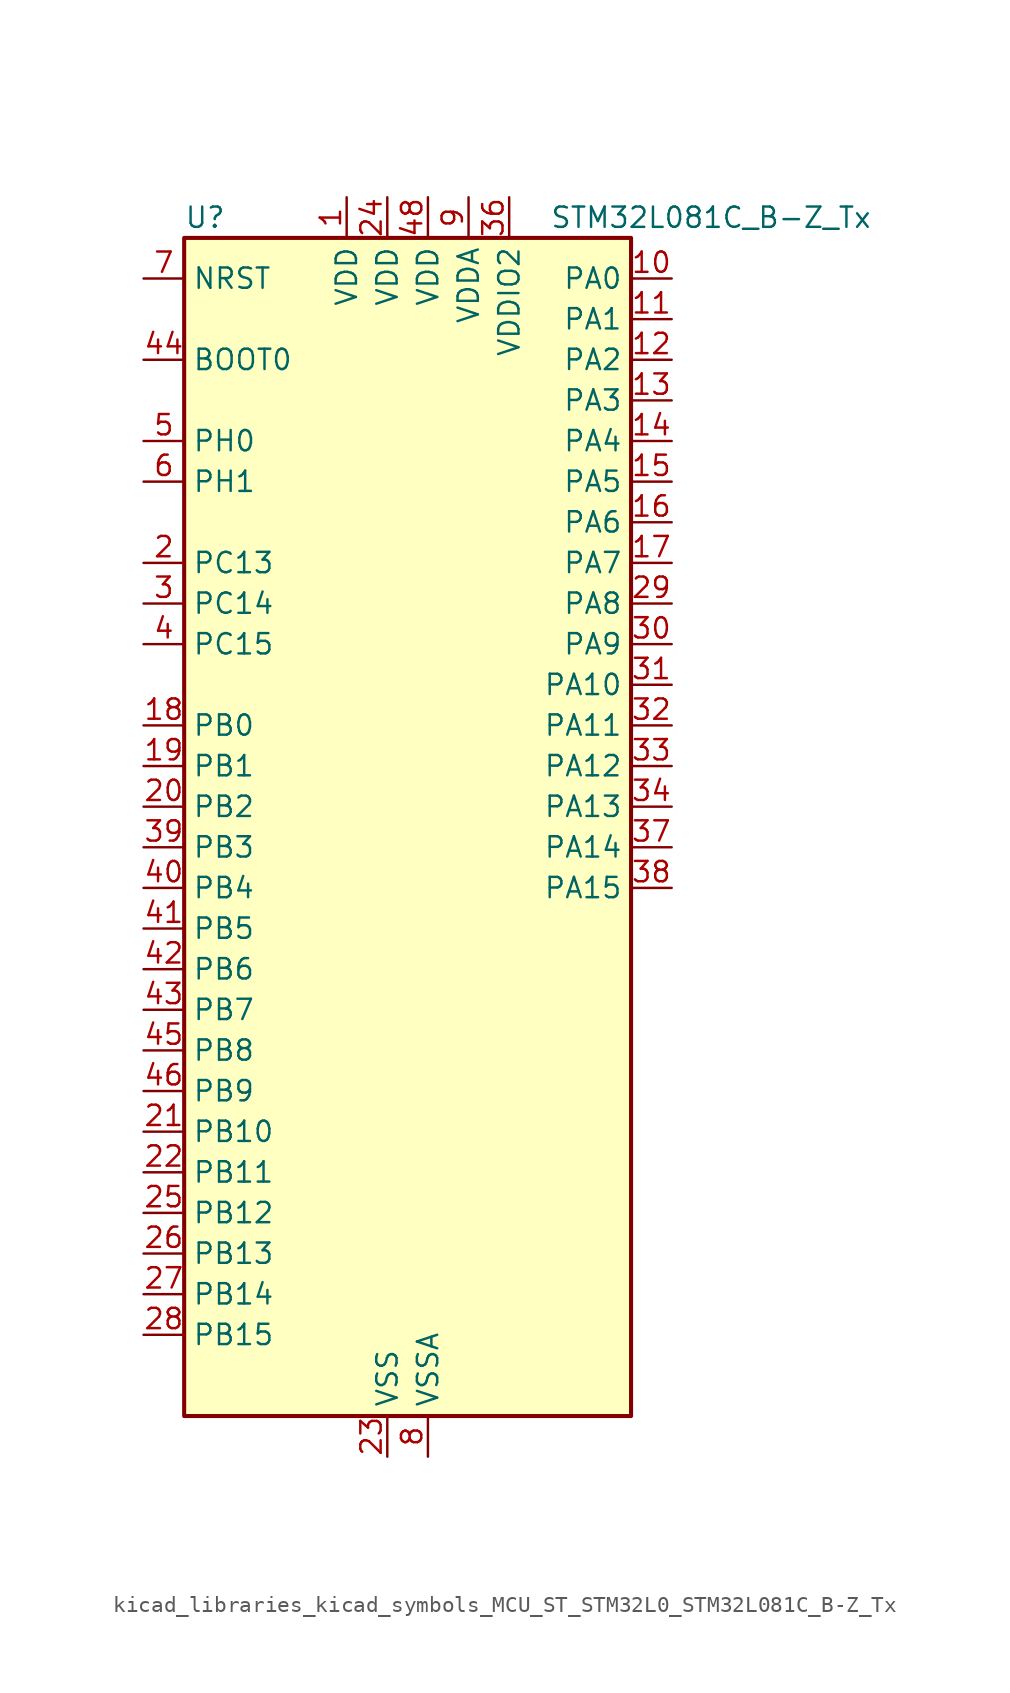
<source format=kicad_sym>
(kicad_symbol_lib
  (version 20220914)
  (generator kicad_symbol_editor)
  (symbol "kicad_libraries_kicad_symbols_MCU_ST_STM32L0_STM32L081C_B-Z_Tx"
    (property "Reference" "U"
      (at -12.7 39.37 0)
      (effects (font (size 1.27 1.27)) (justify left)))
    (property "Value" "STM32L081C_B-Z_Tx"
      (at 10.16 39.37 0)
      (effects (font (size 1.27 1.27)) (justify left)))
    (property "ki_locked" ""
      (at 0 0 0)
      (effects (font (size 1.27 1.27))))
    (symbol "kicad_libraries_kicad_symbols_MCU_ST_STM32L0_STM32L081C_B-Z_Tx_0_1"
      (rectangle (start -12.7 -35.56) (end 15.24 38.1) (stroke (width 0.254) (type default)) (fill (type background))))
    (symbol "kicad_libraries_kicad_symbols_MCU_ST_STM32L0_STM32L081C_B-Z_Tx_1_1"
      (pin power_in line (at -2.54 40.64 270) (length 2.54) (name "VDD" (effects (font (size 1.27 1.27)))) (number "1" (effects (font (size 1.27 1.27)))))
      (pin bidirectional line (at 17.78 35.56 180) (length 2.54) (name "PA0" (effects (font (size 1.27 1.27)))) (number "10" (effects (font (size 1.27 1.27)))) (alternate "ADC_IN0" bidirectional line) (alternate "COMP1_INM" bidirectional line) (alternate "COMP1_OUT" bidirectional line) (alternate "RTC_TAMP2" bidirectional line) (alternate "SYS_WKUP1" bidirectional line) (alternate "TIM2_CH1" bidirectional line) (alternate "TIM2_ETR" bidirectional line) (alternate "USART2_CTS" bidirectional line) (alternate "USART4_TX" bidirectional line))
      (pin bidirectional line (at 17.78 33.02 180) (length 2.54) (name "PA1" (effects (font (size 1.27 1.27)))) (number "11" (effects (font (size 1.27 1.27)))) (alternate "ADC_IN1" bidirectional line) (alternate "COMP1_INP" bidirectional line) (alternate "TIM21_ETR" bidirectional line) (alternate "TIM2_CH2" bidirectional line) (alternate "USART2_DE" bidirectional line) (alternate "USART2_RTS" bidirectional line) (alternate "USART4_RX" bidirectional line))
      (pin bidirectional line (at 17.78 30.48 180) (length 2.54) (name "PA2" (effects (font (size 1.27 1.27)))) (number "12" (effects (font (size 1.27 1.27)))) (alternate "ADC_IN2" bidirectional line) (alternate "COMP2_INM" bidirectional line) (alternate "COMP2_OUT" bidirectional line) (alternate "LPUART1_TX" bidirectional line) (alternate "TIM21_CH1" bidirectional line) (alternate "TIM2_CH3" bidirectional line) (alternate "USART2_TX" bidirectional line))
      (pin bidirectional line (at 17.78 27.94 180) (length 2.54) (name "PA3" (effects (font (size 1.27 1.27)))) (number "13" (effects (font (size 1.27 1.27)))) (alternate "ADC_IN3" bidirectional line) (alternate "COMP2_INP" bidirectional line) (alternate "LPUART1_RX" bidirectional line) (alternate "TIM21_CH2" bidirectional line) (alternate "TIM2_CH4" bidirectional line) (alternate "USART2_RX" bidirectional line))
      (pin bidirectional line (at 17.78 25.4 180) (length 2.54) (name "PA4" (effects (font (size 1.27 1.27)))) (number "14" (effects (font (size 1.27 1.27)))) (alternate "ADC_IN4" bidirectional line) (alternate "COMP1_INM" bidirectional line) (alternate "COMP2_INM" bidirectional line) (alternate "SPI1_NSS" bidirectional line) (alternate "TIM22_ETR" bidirectional line) (alternate "USART2_CK" bidirectional line))
      (pin bidirectional line (at 17.78 22.86 180) (length 2.54) (name "PA5" (effects (font (size 1.27 1.27)))) (number "15" (effects (font (size 1.27 1.27)))) (alternate "ADC_IN5" bidirectional line) (alternate "COMP1_INM" bidirectional line) (alternate "COMP2_INM" bidirectional line) (alternate "SPI1_SCK" bidirectional line) (alternate "TIM2_CH1" bidirectional line) (alternate "TIM2_ETR" bidirectional line))
      (pin bidirectional line (at 17.78 20.32 180) (length 2.54) (name "PA6" (effects (font (size 1.27 1.27)))) (number "16" (effects (font (size 1.27 1.27)))) (alternate "ADC_IN6" bidirectional line) (alternate "COMP1_OUT" bidirectional line) (alternate "LPUART1_CTS" bidirectional line) (alternate "SPI1_MISO" bidirectional line) (alternate "TIM22_CH1" bidirectional line) (alternate "TIM3_CH1" bidirectional line))
      (pin bidirectional line (at 17.78 17.78 180) (length 2.54) (name "PA7" (effects (font (size 1.27 1.27)))) (number "17" (effects (font (size 1.27 1.27)))) (alternate "ADC_IN7" bidirectional line) (alternate "COMP2_OUT" bidirectional line) (alternate "SPI1_MOSI" bidirectional line) (alternate "TIM22_CH2" bidirectional line) (alternate "TIM3_CH2" bidirectional line))
      (pin bidirectional line (at -15.24 7.62 0) (length 2.54) (name "PB0" (effects (font (size 1.27 1.27)))) (number "18" (effects (font (size 1.27 1.27)))) (alternate "ADC_IN8" bidirectional line) (alternate "SYS_VREF_OUT_PB0" bidirectional line) (alternate "TIM3_CH3" bidirectional line))
      (pin bidirectional line (at -15.24 5.08 0) (length 2.54) (name "PB1" (effects (font (size 1.27 1.27)))) (number "19" (effects (font (size 1.27 1.27)))) (alternate "ADC_IN9" bidirectional line) (alternate "LPUART1_DE" bidirectional line) (alternate "LPUART1_RTS" bidirectional line) (alternate "SYS_VREF_OUT_PB1" bidirectional line) (alternate "TIM3_CH4" bidirectional line))
      (pin bidirectional line (at -15.24 17.78 0) (length 2.54) (name "PC13" (effects (font (size 1.27 1.27)))) (number "2" (effects (font (size 1.27 1.27)))) (alternate "RTC_OUT_ALARM" bidirectional line) (alternate "RTC_OUT_CALIB" bidirectional line) (alternate "RTC_TAMP1" bidirectional line) (alternate "RTC_TS" bidirectional line) (alternate "SYS_WKUP2" bidirectional line))
      (pin bidirectional line (at -15.24 2.54 0) (length 2.54) (name "PB2" (effects (font (size 1.27 1.27)))) (number "20" (effects (font (size 1.27 1.27)))) (alternate "I2C3_SMBA" bidirectional line) (alternate "LPTIM1_OUT" bidirectional line))
      (pin bidirectional line (at -15.24 -17.78 0) (length 2.54) (name "PB10" (effects (font (size 1.27 1.27)))) (number "21" (effects (font (size 1.27 1.27)))) (alternate "I2C2_SCL" bidirectional line) (alternate "LPUART1_RX" bidirectional line) (alternate "LPUART1_TX" bidirectional line) (alternate "SPI2_SCK" bidirectional line) (alternate "TIM2_CH3" bidirectional line))
      (pin bidirectional line (at -15.24 -20.32 0) (length 2.54) (name "PB11" (effects (font (size 1.27 1.27)))) (number "22" (effects (font (size 1.27 1.27)))) (alternate "ADC_EXTI11" bidirectional line) (alternate "I2C2_SDA" bidirectional line) (alternate "LPUART1_RX" bidirectional line) (alternate "LPUART1_TX" bidirectional line) (alternate "TIM2_CH4" bidirectional line))
      (pin power_in line (at 0 -38.1 90) (length 2.54) (name "VSS" (effects (font (size 1.27 1.27)))) (number "23" (effects (font (size 1.27 1.27)))))
      (pin power_in line (at 0 40.64 270) (length 2.54) (name "VDD" (effects (font (size 1.27 1.27)))) (number "24" (effects (font (size 1.27 1.27)))))
      (pin bidirectional line (at -15.24 -22.86 0) (length 2.54) (name "PB12" (effects (font (size 1.27 1.27)))) (number "25" (effects (font (size 1.27 1.27)))) (alternate "I2S2_WS" bidirectional line) (alternate "LPUART1_DE" bidirectional line) (alternate "LPUART1_RTS" bidirectional line) (alternate "SPI2_NSS" bidirectional line))
      (pin bidirectional line (at -15.24 -25.4 0) (length 2.54) (name "PB13" (effects (font (size 1.27 1.27)))) (number "26" (effects (font (size 1.27 1.27)))) (alternate "I2C2_SCL" bidirectional line) (alternate "I2S2_CK" bidirectional line) (alternate "LPUART1_CTS" bidirectional line) (alternate "RCC_MCO" bidirectional line) (alternate "SPI2_SCK" bidirectional line) (alternate "TIM21_CH1" bidirectional line))
      (pin bidirectional line (at -15.24 -27.94 0) (length 2.54) (name "PB14" (effects (font (size 1.27 1.27)))) (number "27" (effects (font (size 1.27 1.27)))) (alternate "I2C2_SDA" bidirectional line) (alternate "I2S2_MCK" bidirectional line) (alternate "LPUART1_DE" bidirectional line) (alternate "LPUART1_RTS" bidirectional line) (alternate "RTC_OUT_ALARM" bidirectional line) (alternate "RTC_OUT_CALIB" bidirectional line) (alternate "SPI2_MISO" bidirectional line) (alternate "TIM21_CH2" bidirectional line))
      (pin bidirectional line (at -15.24 -30.48 0) (length 2.54) (name "PB15" (effects (font (size 1.27 1.27)))) (number "28" (effects (font (size 1.27 1.27)))) (alternate "I2S2_SD" bidirectional line) (alternate "RTC_REFIN" bidirectional line) (alternate "SPI2_MOSI" bidirectional line))
      (pin bidirectional line (at 17.78 15.24 180) (length 2.54) (name "PA8" (effects (font (size 1.27 1.27)))) (number "29" (effects (font (size 1.27 1.27)))) (alternate "I2C3_SCL" bidirectional line) (alternate "RCC_MCO" bidirectional line) (alternate "USART1_CK" bidirectional line))
      (pin bidirectional line (at -15.24 15.24 0) (length 2.54) (name "PC14" (effects (font (size 1.27 1.27)))) (number "3" (effects (font (size 1.27 1.27)))) (alternate "RCC_OSC32_IN" bidirectional line))
      (pin bidirectional line (at 17.78 12.7 180) (length 2.54) (name "PA9" (effects (font (size 1.27 1.27)))) (number "30" (effects (font (size 1.27 1.27)))) (alternate "I2C1_SCL" bidirectional line) (alternate "I2C3_SMBA" bidirectional line) (alternate "RCC_MCO" bidirectional line) (alternate "USART1_TX" bidirectional line))
      (pin bidirectional line (at 17.78 10.16 180) (length 2.54) (name "PA10" (effects (font (size 1.27 1.27)))) (number "31" (effects (font (size 1.27 1.27)))) (alternate "I2C1_SDA" bidirectional line) (alternate "USART1_RX" bidirectional line))
      (pin bidirectional line (at 17.78 7.62 180) (length 2.54) (name "PA11" (effects (font (size 1.27 1.27)))) (number "32" (effects (font (size 1.27 1.27)))) (alternate "ADC_EXTI11" bidirectional line) (alternate "COMP1_OUT" bidirectional line) (alternate "SPI1_MISO" bidirectional line) (alternate "USART1_CTS" bidirectional line))
      (pin bidirectional line (at 17.78 5.08 180) (length 2.54) (name "PA12" (effects (font (size 1.27 1.27)))) (number "33" (effects (font (size 1.27 1.27)))) (alternate "COMP2_OUT" bidirectional line) (alternate "SPI1_MOSI" bidirectional line) (alternate "USART1_DE" bidirectional line) (alternate "USART1_RTS" bidirectional line))
      (pin bidirectional line (at 17.78 2.54 180) (length 2.54) (name "PA13" (effects (font (size 1.27 1.27)))) (number "34" (effects (font (size 1.27 1.27)))) (alternate "LPUART1_RX" bidirectional line) (alternate "SYS_SWDIO" bidirectional line))
      (pin passive line (at 0 -38.1 90) (length 2.54) hide (name "VSS" (effects (font (size 1.27 1.27)))) (number "35" (effects (font (size 1.27 1.27)))))
      (pin power_in line (at 7.62 40.64 270) (length 2.54) (name "VDDIO2" (effects (font (size 1.27 1.27)))) (number "36" (effects (font (size 1.27 1.27)))))
      (pin bidirectional line (at 17.78 0 180) (length 2.54) (name "PA14" (effects (font (size 1.27 1.27)))) (number "37" (effects (font (size 1.27 1.27)))) (alternate "LPUART1_TX" bidirectional line) (alternate "SYS_SWCLK" bidirectional line) (alternate "USART2_TX" bidirectional line))
      (pin bidirectional line (at 17.78 -2.54 180) (length 2.54) (name "PA15" (effects (font (size 1.27 1.27)))) (number "38" (effects (font (size 1.27 1.27)))) (alternate "SPI1_NSS" bidirectional line) (alternate "TIM2_CH1" bidirectional line) (alternate "TIM2_ETR" bidirectional line) (alternate "USART2_RX" bidirectional line) (alternate "USART4_DE" bidirectional line) (alternate "USART4_RTS" bidirectional line))
      (pin bidirectional line (at -15.24 0 0) (length 2.54) (name "PB3" (effects (font (size 1.27 1.27)))) (number "39" (effects (font (size 1.27 1.27)))) (alternate "COMP2_INM" bidirectional line) (alternate "SPI1_SCK" bidirectional line) (alternate "TIM2_CH2" bidirectional line) (alternate "USART1_DE" bidirectional line) (alternate "USART1_RTS" bidirectional line) (alternate "USART5_TX" bidirectional line))
      (pin bidirectional line (at -15.24 12.7 0) (length 2.54) (name "PC15" (effects (font (size 1.27 1.27)))) (number "4" (effects (font (size 1.27 1.27)))) (alternate "RCC_OSC32_OUT" bidirectional line))
      (pin bidirectional line (at -15.24 -2.54 0) (length 2.54) (name "PB4" (effects (font (size 1.27 1.27)))) (number "40" (effects (font (size 1.27 1.27)))) (alternate "COMP2_INP" bidirectional line) (alternate "I2C3_SDA" bidirectional line) (alternate "SPI1_MISO" bidirectional line) (alternate "TIM22_CH1" bidirectional line) (alternate "TIM3_CH1" bidirectional line) (alternate "USART1_CTS" bidirectional line) (alternate "USART5_RX" bidirectional line))
      (pin bidirectional line (at -15.24 -5.08 0) (length 2.54) (name "PB5" (effects (font (size 1.27 1.27)))) (number "41" (effects (font (size 1.27 1.27)))) (alternate "COMP2_INP" bidirectional line) (alternate "I2C1_SMBA" bidirectional line) (alternate "LPTIM1_IN1" bidirectional line) (alternate "SPI1_MOSI" bidirectional line) (alternate "TIM22_CH2" bidirectional line) (alternate "TIM3_CH2" bidirectional line) (alternate "USART1_CK" bidirectional line) (alternate "USART5_CK" bidirectional line) (alternate "USART5_DE" bidirectional line) (alternate "USART5_RTS" bidirectional line))
      (pin bidirectional line (at -15.24 -7.62 0) (length 2.54) (name "PB6" (effects (font (size 1.27 1.27)))) (number "42" (effects (font (size 1.27 1.27)))) (alternate "COMP2_INP" bidirectional line) (alternate "I2C1_SCL" bidirectional line) (alternate "LPTIM1_ETR" bidirectional line) (alternate "USART1_TX" bidirectional line))
      (pin bidirectional line (at -15.24 -10.16 0) (length 2.54) (name "PB7" (effects (font (size 1.27 1.27)))) (number "43" (effects (font (size 1.27 1.27)))) (alternate "COMP2_INP" bidirectional line) (alternate "I2C1_SDA" bidirectional line) (alternate "LPTIM1_IN2" bidirectional line) (alternate "SYS_PVD_IN" bidirectional line) (alternate "USART1_RX" bidirectional line) (alternate "USART4_CTS" bidirectional line))
      (pin input line (at -15.24 30.48 0) (length 2.54) (name "BOOT0" (effects (font (size 1.27 1.27)))) (number "44" (effects (font (size 1.27 1.27)))))
      (pin bidirectional line (at -15.24 -12.7 0) (length 2.54) (name "PB8" (effects (font (size 1.27 1.27)))) (number "45" (effects (font (size 1.27 1.27)))) (alternate "I2C1_SCL" bidirectional line))
      (pin bidirectional line (at -15.24 -15.24 0) (length 2.54) (name "PB9" (effects (font (size 1.27 1.27)))) (number "46" (effects (font (size 1.27 1.27)))) (alternate "I2C1_SDA" bidirectional line) (alternate "I2S2_WS" bidirectional line) (alternate "SPI2_NSS" bidirectional line))
      (pin passive line (at 0 -38.1 90) (length 2.54) hide (name "VSS" (effects (font (size 1.27 1.27)))) (number "47" (effects (font (size 1.27 1.27)))))
      (pin power_in line (at 2.54 40.64 270) (length 2.54) (name "VDD" (effects (font (size 1.27 1.27)))) (number "48" (effects (font (size 1.27 1.27)))))
      (pin bidirectional line (at -15.24 25.4 0) (length 2.54) (name "PH0" (effects (font (size 1.27 1.27)))) (number "5" (effects (font (size 1.27 1.27)))) (alternate "RCC_OSC_IN" bidirectional line))
      (pin bidirectional line (at -15.24 22.86 0) (length 2.54) (name "PH1" (effects (font (size 1.27 1.27)))) (number "6" (effects (font (size 1.27 1.27)))) (alternate "RCC_OSC_OUT" bidirectional line))
      (pin input line (at -15.24 35.56 0) (length 2.54) (name "NRST" (effects (font (size 1.27 1.27)))) (number "7" (effects (font (size 1.27 1.27)))))
      (pin power_in line (at 2.54 -38.1 90) (length 2.54) (name "VSSA" (effects (font (size 1.27 1.27)))) (number "8" (effects (font (size 1.27 1.27)))))
      (pin power_in line (at 5.08 40.64 270) (length 2.54) (name "VDDA" (effects (font (size 1.27 1.27)))) (number "9" (effects (font (size 1.27 1.27))))))))
</source>
